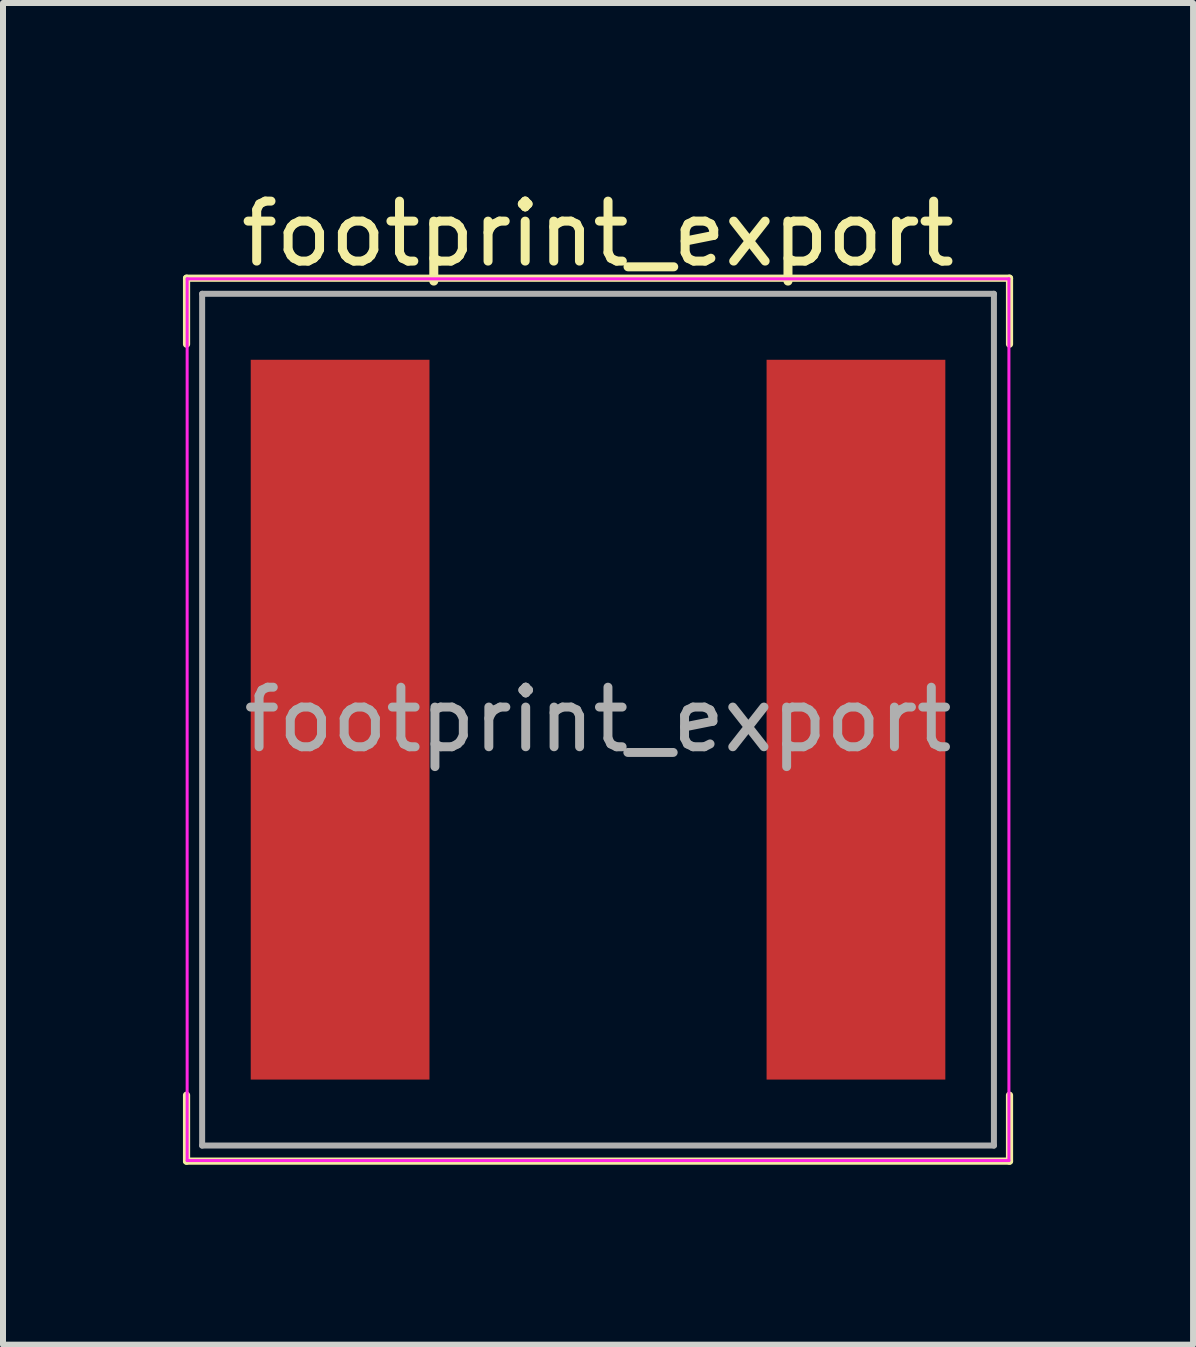
<source format=kicad_pcb>
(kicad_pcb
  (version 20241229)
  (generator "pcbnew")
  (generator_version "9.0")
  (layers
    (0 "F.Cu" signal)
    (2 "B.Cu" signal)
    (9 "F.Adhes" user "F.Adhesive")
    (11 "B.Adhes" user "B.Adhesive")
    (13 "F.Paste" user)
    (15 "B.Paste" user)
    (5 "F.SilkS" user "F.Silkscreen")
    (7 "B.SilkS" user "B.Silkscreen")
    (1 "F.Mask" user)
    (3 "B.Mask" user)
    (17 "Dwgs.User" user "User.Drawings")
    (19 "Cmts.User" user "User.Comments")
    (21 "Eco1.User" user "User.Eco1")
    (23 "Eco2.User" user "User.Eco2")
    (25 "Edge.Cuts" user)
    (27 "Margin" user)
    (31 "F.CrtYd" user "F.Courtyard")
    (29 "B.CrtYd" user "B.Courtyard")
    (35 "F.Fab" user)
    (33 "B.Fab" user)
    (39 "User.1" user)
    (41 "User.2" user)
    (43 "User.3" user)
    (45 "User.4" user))
  (footprint "footprint_export"
    (layer "F.Cu")
    (at 6.92 8.948)
    (property "Reference" "footprint_export" (at 0 -8.1 0) (layer "F.SilkS") (effects (font (size 1 1) (thickness 0.15))))
    (attr smd)
    (fp_line (start -6.86 -7.36) (end -6.86 -6.26) (stroke (width 0.12) (type solid)) (layer "F.SilkS"))
    (fp_line (start -6.86 -7.36) (end 6.86 -7.36) (stroke (width 0.12) (type solid)) (layer "F.SilkS"))
    (fp_line (start -6.86 7.36) (end -6.86 6.26) (stroke (width 0.12) (type solid)) (layer "F.SilkS"))
    (fp_line (start -6.86 7.36) (end 6.86 7.36) (stroke (width 0.12) (type solid)) (layer "F.SilkS"))
    (fp_line (start 6.86 -7.36) (end 6.86 -6.26) (stroke (width 0.12) (type solid)) (layer "F.SilkS"))
    (fp_line (start 6.86 7.36) (end 6.86 6.26) (stroke (width 0.12) (type solid)) (layer "F.SilkS"))
    (fp_line (start -6.85 -7.35) (end -6.85 7.35) (stroke (width 0.05) (type solid)) (layer "F.CrtYd"))
    (fp_line (start -6.85 7.35) (end 6.85 7.35) (stroke (width 0.05) (type solid)) (layer "F.CrtYd"))
    (fp_line (start 6.85 -7.35) (end -6.85 -7.35) (stroke (width 0.05) (type solid)) (layer "F.CrtYd"))
    (fp_line (start 6.85 7.35) (end 6.85 -7.35) (stroke (width 0.05) (type solid)) (layer "F.CrtYd"))
    (fp_line (start -6.6 -7.1) (end -6.6 7.1) (stroke (width 0.1) (type solid)) (layer "F.Fab"))
    (fp_line (start -6.6 7.1) (end 6.6 7.1) (stroke (width 0.1) (type solid)) (layer "F.Fab"))
    (fp_line (start 6.6 -7.1) (end -6.6 -7.1) (stroke (width 0.1) (type solid)) (layer "F.Fab"))
    (fp_line (start 6.6 7.1) (end 6.6 -7.1) (stroke (width 0.1) (type solid)) (layer "F.Fab"))
    (fp_text user "${REFERENCE}" (at 0 0 0) (layer "F.Fab") (effects (font (size 0.993 0.993) (thickness 0.149))))
    (pad "1" smd rect (at -4.3 0) (size 2.98 12) (layers "F.Cu" "F.Mask" "F.Paste"))
    (pad "2" smd rect (at 4.3 0) (size 2.98 12) (layers "F.Cu" "F.Mask" "F.Paste")))
  (gr_rect
    (start -3 -3)
    (end 16.84 19.368)
    (stroke (width 0.1) (type default))
    (fill no)
    (layer "Edge.Cuts")))
</source>
